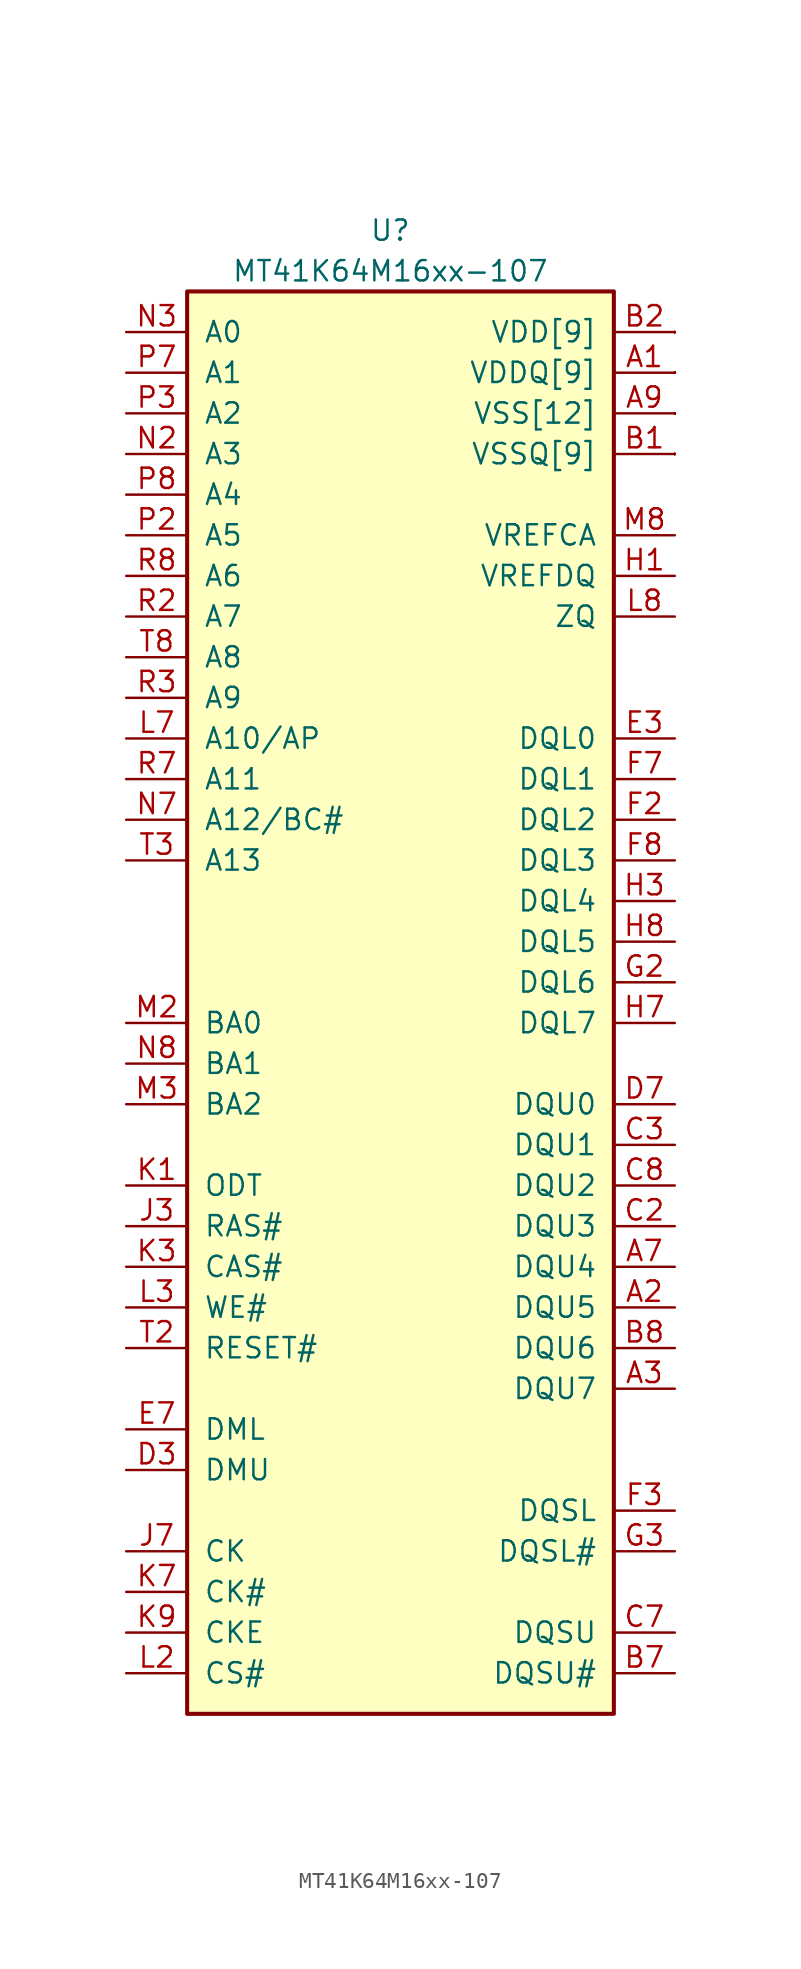
<source format=kicad_sym>
(kicad_symbol_lib
  (version 20231120)
  (generator "kicad_symbol_editor")
  (generator_version "8.0")
  (symbol "MT41K64M16xx-107"
    (pin_names
      (offset 1.016))
    (property "Reference" "U"
      (at 0 36.83 0)
      (effects (font (size 1.27 1.27))))
    (property "Value" "MT41K64M16xx-107"
      (at 0 34.29 0)
      (effects (font (size 1.27 1.27))))
    (symbol "MT41K64M16xx-107_0_1"
      (rectangle (start -12.7 33.02) (end 13.97 -55.88) (stroke (width 0.254) (type solid)) (fill (type background))))
    (symbol "MT41K64M16xx-107_1_1"
      (pin input line (at 17.78 27.94 180) (length 3.81) (name "VDDQ[9]" (effects (font (size 1.27 1.27)))) (number "A1" (effects (font (size 1.27 1.27)))))
      (pin bidirectional line (at 17.78 -30.48 180) (length 3.81) (name "DQU5" (effects (font (size 1.27 1.27)))) (number "A2" (effects (font (size 1.27 1.27)))))
      (pin bidirectional line (at 17.78 -35.56 180) (length 3.81) (name "DQU7" (effects (font (size 1.27 1.27)))) (number "A3" (effects (font (size 1.27 1.27)))))
      (pin bidirectional line (at 17.78 -27.94 180) (length 3.81) (name "DQU4" (effects (font (size 1.27 1.27)))) (number "A7" (effects (font (size 1.27 1.27)))))
      (pin input line (at 17.78 27.94 180) (length 0) (name "VDDQ" (effects (font (size 0 0)))) (number "A8" (effects (font (size 0 0)))))
      (pin input line (at 17.78 25.4 180) (length 3.81) (name "VSS[12]" (effects (font (size 1.27 1.27)))) (number "A9" (effects (font (size 1.27 1.27)))))
      (pin input line (at 17.78 22.86 180) (length 3.81) (name "VSSQ[9]" (effects (font (size 1.27 1.27)))) (number "B1" (effects (font (size 1.27 1.27)))))
      (pin input line (at 17.78 30.48 180) (length 3.81) (name "VDD[9]" (effects (font (size 1.27 1.27)))) (number "B2" (effects (font (size 1.27 1.27)))))
      (pin input line (at 17.78 25.4 180) (length 0) (name "VSS" (effects (font (size 0 0)))) (number "B3" (effects (font (size 0 0)))))
      (pin bidirectional line (at 17.78 -53.34 180) (length 3.81) (name "DQSU#" (effects (font (size 1.27 1.27)))) (number "B7" (effects (font (size 1.27 1.27)))))
      (pin bidirectional line (at 17.78 -33.02 180) (length 3.81) (name "DQU6" (effects (font (size 1.27 1.27)))) (number "B8" (effects (font (size 1.27 1.27)))))
      (pin input line (at 17.78 22.86 180) (length 0) (name "VSSQ" (effects (font (size 0 0)))) (number "B9" (effects (font (size 0 0)))))
      (pin input line (at 17.78 27.94 180) (length 0) (name "VDDQ" (effects (font (size 0 0)))) (number "C1" (effects (font (size 0 0)))))
      (pin bidirectional line (at 17.78 -25.4 180) (length 3.81) (name "DQU3" (effects (font (size 1.27 1.27)))) (number "C2" (effects (font (size 1.27 1.27)))))
      (pin bidirectional line (at 17.78 -20.32 180) (length 3.81) (name "DQU1" (effects (font (size 1.27 1.27)))) (number "C3" (effects (font (size 1.27 1.27)))))
      (pin bidirectional line (at 17.78 -50.8 180) (length 3.81) (name "DQSU" (effects (font (size 1.27 1.27)))) (number "C7" (effects (font (size 1.27 1.27)))))
      (pin bidirectional line (at 17.78 -22.86 180) (length 3.81) (name "DQU2" (effects (font (size 1.27 1.27)))) (number "C8" (effects (font (size 1.27 1.27)))))
      (pin input line (at 17.78 27.94 180) (length 0) (name "VDDQ" (effects (font (size 0 0)))) (number "C9" (effects (font (size 0 0)))))
      (pin input line (at 17.78 22.86 180) (length 0) (name "VSSQ" (effects (font (size 0 0)))) (number "D1" (effects (font (size 0 0)))))
      (pin input line (at 17.78 27.94 180) (length 0) (name "VDDQ" (effects (font (size 0 0)))) (number "D2" (effects (font (size 0 0)))))
      (pin input line (at -16.51 -40.64 0) (length 3.81) (name "DMU" (effects (font (size 1.27 1.27)))) (number "D3" (effects (font (size 1.27 1.27)))))
      (pin bidirectional line (at 17.78 -17.78 180) (length 3.81) (name "DQU0" (effects (font (size 1.27 1.27)))) (number "D7" (effects (font (size 1.27 1.27)))))
      (pin input line (at 17.78 22.86 180) (length 0) (name "VSSQ" (effects (font (size 0 0)))) (number "D8" (effects (font (size 0 0)))))
      (pin input line (at 17.78 30.48 180) (length 0) (name "VDD" (effects (font (size 0 0)))) (number "D9" (effects (font (size 0 0)))))
      (pin input line (at 17.78 25.4 180) (length 0) (name "VSS" (effects (font (size 0 0)))) (number "E1" (effects (font (size 0 0)))))
      (pin input line (at 17.78 22.86 180) (length 0) (name "VSSQ" (effects (font (size 0 0)))) (number "E2" (effects (font (size 0 0)))))
      (pin bidirectional line (at 17.78 5.08 180) (length 3.81) (name "DQL0" (effects (font (size 1.27 1.27)))) (number "E3" (effects (font (size 1.27 1.27)))))
      (pin input line (at -16.51 -38.1 0) (length 3.81) (name "DML" (effects (font (size 1.27 1.27)))) (number "E7" (effects (font (size 1.27 1.27)))))
      (pin input line (at 17.78 22.86 180) (length 0) (name "VSSQ" (effects (font (size 0 0)))) (number "E8" (effects (font (size 0 0)))))
      (pin input line (at 17.78 27.94 180) (length 0) (name "VDDQ" (effects (font (size 0 0)))) (number "E9" (effects (font (size 0 0)))))
      (pin input line (at 17.78 27.94 180) (length 0) (name "VDDQ" (effects (font (size 0 0)))) (number "F1" (effects (font (size 0 0)))))
      (pin bidirectional line (at 17.78 0 180) (length 3.81) (name "DQL2" (effects (font (size 1.27 1.27)))) (number "F2" (effects (font (size 1.27 1.27)))))
      (pin bidirectional line (at 17.78 -43.18 180) (length 3.81) (name "DQSL" (effects (font (size 1.27 1.27)))) (number "F3" (effects (font (size 1.27 1.27)))))
      (pin bidirectional line (at 17.78 2.54 180) (length 3.81) (name "DQL1" (effects (font (size 1.27 1.27)))) (number "F7" (effects (font (size 1.27 1.27)))))
      (pin bidirectional line (at 17.78 -2.54 180) (length 3.81) (name "DQL3" (effects (font (size 1.27 1.27)))) (number "F8" (effects (font (size 1.27 1.27)))))
      (pin input line (at 17.78 22.86 180) (length 0) (name "VSSQ" (effects (font (size 0 0)))) (number "F9" (effects (font (size 0 0)))))
      (pin input line (at 17.78 22.86 180) (length 0) (name "VSSQ" (effects (font (size 0 0)))) (number "G1" (effects (font (size 0 0)))))
      (pin bidirectional line (at 17.78 -10.16 180) (length 3.81) (name "DQL6" (effects (font (size 1.27 1.27)))) (number "G2" (effects (font (size 1.27 1.27)))))
      (pin bidirectional line (at 17.78 -45.72 180) (length 3.81) (name "DQSL#" (effects (font (size 1.27 1.27)))) (number "G3" (effects (font (size 1.27 1.27)))))
      (pin input line (at 17.78 30.48 180) (length 0) (name "VDD" (effects (font (size 0 0)))) (number "G7" (effects (font (size 0 0)))))
      (pin input line (at 17.78 22.86 180) (length 0) (name "VSSQ" (effects (font (size 0 0)))) (number "G9" (effects (font (size 0 0)))))
      (pin input line (at 17.78 15.24 180) (length 3.81) (name "VREFDQ" (effects (font (size 1.27 1.27)))) (number "H1" (effects (font (size 1.27 1.27)))))
      (pin input line (at 17.78 27.94 180) (length 0) (name "VDDQ" (effects (font (size 0 0)))) (number "H2" (effects (font (size 0 0)))))
      (pin bidirectional line (at 17.78 -5.08 180) (length 3.81) (name "DQL4" (effects (font (size 1.27 1.27)))) (number "H3" (effects (font (size 1.27 1.27)))))
      (pin bidirectional line (at 17.78 -12.7 180) (length 3.81) (name "DQL7" (effects (font (size 1.27 1.27)))) (number "H7" (effects (font (size 1.27 1.27)))))
      (pin bidirectional line (at 17.78 -7.62 180) (length 3.81) (name "DQL5" (effects (font (size 1.27 1.27)))) (number "H8" (effects (font (size 1.27 1.27)))))
      (pin input line (at 17.78 27.94 180) (length 0) (name "VDDQ" (effects (font (size 0 0)))) (number "H9" (effects (font (size 0 0)))))
      (pin input line (at 17.78 25.4 180) (length 0) (name "VSS" (effects (font (size 0 0)))) (number "J2" (effects (font (size 0 0)))))
      (pin input line (at -16.51 -25.4 0) (length 3.81) (name "RAS#" (effects (font (size 1.27 1.27)))) (number "J3" (effects (font (size 1.27 1.27)))))
      (pin input line (at -16.51 -45.72 0) (length 3.81) (name "CK" (effects (font (size 1.27 1.27)))) (number "J7" (effects (font (size 1.27 1.27)))))
      (pin input line (at 17.78 25.4 180) (length 0) (name "VSS" (effects (font (size 0 0)))) (number "J8" (effects (font (size 0 0)))))
      (pin input line (at -16.51 -22.86 0) (length 3.81) (name "ODT" (effects (font (size 1.27 1.27)))) (number "K1" (effects (font (size 1.27 1.27)))))
      (pin input line (at 17.78 30.48 180) (length 0) (name "VDD" (effects (font (size 0 0)))) (number "K2" (effects (font (size 0 0)))))
      (pin input line (at -16.51 -27.94 0) (length 3.81) (name "CAS#" (effects (font (size 1.27 1.27)))) (number "K3" (effects (font (size 1.27 1.27)))))
      (pin input line (at -16.51 -48.26 0) (length 3.81) (name "CK#" (effects (font (size 1.27 1.27)))) (number "K7" (effects (font (size 1.27 1.27)))))
      (pin input line (at 17.78 30.48 180) (length 0) (name "VDD" (effects (font (size 0 0)))) (number "K8" (effects (font (size 0 0)))))
      (pin input line (at -16.51 -50.8 0) (length 3.81) (name "CKE" (effects (font (size 1.27 1.27)))) (number "K9" (effects (font (size 1.27 1.27)))))
      (pin input line (at -16.51 -53.34 0) (length 3.81) (name "CS#" (effects (font (size 1.27 1.27)))) (number "L2" (effects (font (size 1.27 1.27)))))
      (pin input line (at -16.51 -30.48 0) (length 3.81) (name "WE#" (effects (font (size 1.27 1.27)))) (number "L3" (effects (font (size 1.27 1.27)))))
      (pin input line (at -16.51 5.08 0) (length 3.81) (name "A10/AP" (effects (font (size 1.27 1.27)))) (number "L7" (effects (font (size 1.27 1.27)))))
      (pin input line (at 17.78 12.7 180) (length 3.81) (name "ZQ" (effects (font (size 1.27 1.27)))) (number "L8" (effects (font (size 1.27 1.27)))))
      (pin input line (at 17.78 25.4 180) (length 0) (name "VSS" (effects (font (size 0 0)))) (number "M1" (effects (font (size 0 0)))))
      (pin input line (at -16.51 -12.7 0) (length 3.81) (name "BA0" (effects (font (size 1.27 1.27)))) (number "M2" (effects (font (size 1.27 1.27)))))
      (pin input line (at -16.51 -17.78 0) (length 3.81) (name "BA2" (effects (font (size 1.27 1.27)))) (number "M3" (effects (font (size 1.27 1.27)))))
      (pin no_connect line (at -16.51 -7.62 0) (length 3.81) hide (name "A15" (effects (font (size 1.27 1.27)))) (number "M7" (effects (font (size 1.27 1.27)))))
      (pin input line (at 17.78 17.78 180) (length 3.81) (name "VREFCA" (effects (font (size 1.27 1.27)))) (number "M8" (effects (font (size 1.27 1.27)))))
      (pin input line (at 17.78 25.4 180) (length 0) (name "VSS" (effects (font (size 0 0)))) (number "M9" (effects (font (size 0 0)))))
      (pin input line (at 17.78 30.48 180) (length 0) (name "VDD" (effects (font (size 0 0)))) (number "N1" (effects (font (size 0 0)))))
      (pin input line (at -16.51 22.86 0) (length 3.81) (name "A3" (effects (font (size 1.27 1.27)))) (number "N2" (effects (font (size 1.27 1.27)))))
      (pin input line (at -16.51 30.48 0) (length 3.81) (name "A0" (effects (font (size 1.27 1.27)))) (number "N3" (effects (font (size 1.27 1.27)))))
      (pin input line (at -16.51 0 0) (length 3.81) (name "A12/BC#" (effects (font (size 1.27 1.27)))) (number "N7" (effects (font (size 1.27 1.27)))))
      (pin input line (at -16.51 -15.24 0) (length 3.81) (name "BA1" (effects (font (size 1.27 1.27)))) (number "N8" (effects (font (size 1.27 1.27)))))
      (pin input line (at 17.78 30.48 180) (length 0) (name "VDD" (effects (font (size 0 0)))) (number "N9" (effects (font (size 0 0)))))
      (pin input line (at 17.78 25.4 180) (length 0) (name "VSS" (effects (font (size 0 0)))) (number "P1" (effects (font (size 0 0)))))
      (pin input line (at -16.51 17.78 0) (length 3.81) (name "A5" (effects (font (size 1.27 1.27)))) (number "P2" (effects (font (size 1.27 1.27)))))
      (pin input line (at -16.51 25.4 0) (length 3.81) (name "A2" (effects (font (size 1.27 1.27)))) (number "P3" (effects (font (size 1.27 1.27)))))
      (pin input line (at -16.51 27.94 0) (length 3.81) (name "A1" (effects (font (size 1.27 1.27)))) (number "P7" (effects (font (size 1.27 1.27)))))
      (pin input line (at -16.51 20.32 0) (length 3.81) (name "A4" (effects (font (size 1.27 1.27)))) (number "P8" (effects (font (size 1.27 1.27)))))
      (pin input line (at 17.78 25.4 180) (length 0) (name "VSS" (effects (font (size 0 0)))) (number "P9" (effects (font (size 0 0)))))
      (pin input line (at 17.78 25.4 180) (length 0) (name "VSS" (effects (font (size 0 0)))) (number "P9" (effects (font (size 0 0)))))
      (pin input line (at 17.78 30.48 180) (length 0) (name "VDD" (effects (font (size 0 0)))) (number "R1" (effects (font (size 0 0)))))
      (pin input line (at -16.51 12.7 0) (length 3.81) (name "A7" (effects (font (size 1.27 1.27)))) (number "R2" (effects (font (size 1.27 1.27)))))
      (pin input line (at -16.51 7.62 0) (length 3.81) (name "A9" (effects (font (size 1.27 1.27)))) (number "R3" (effects (font (size 1.27 1.27)))))
      (pin input line (at -16.51 2.54 0) (length 3.81) (name "A11" (effects (font (size 1.27 1.27)))) (number "R7" (effects (font (size 1.27 1.27)))))
      (pin input line (at -16.51 15.24 0) (length 3.81) (name "A6" (effects (font (size 1.27 1.27)))) (number "R8" (effects (font (size 1.27 1.27)))))
      (pin input line (at 17.78 30.48 180) (length 0) (name "VDD" (effects (font (size 0 0)))) (number "R9" (effects (font (size 0 0)))))
      (pin input line (at 17.78 25.4 180) (length 0) (name "VSS" (effects (font (size 0 0)))) (number "T1" (effects (font (size 0 0)))))
      (pin input line (at -16.51 -33.02 0) (length 3.81) (name "RESET#" (effects (font (size 1.27 1.27)))) (number "T2" (effects (font (size 1.27 1.27)))))
      (pin input line (at -16.51 -2.54 0) (length 3.81) (name "A13" (effects (font (size 1.27 1.27)))) (number "T3" (effects (font (size 1.27 1.27)))))
      (pin no_connect line (at -16.51 -5.08 0) (length 3.81) hide (name "A14" (effects (font (size 1.27 1.27)))) (number "T7" (effects (font (size 1.27 1.27)))))
      (pin input line (at -16.51 10.16 0) (length 3.81) (name "A8" (effects (font (size 1.27 1.27)))) (number "T8" (effects (font (size 1.27 1.27)))))
      (pin input line (at 17.78 25.4 180) (length 0) (name "VSS" (effects (font (size 0 0)))) (number "T9" (effects (font (size 0 0))))))))
</source>
